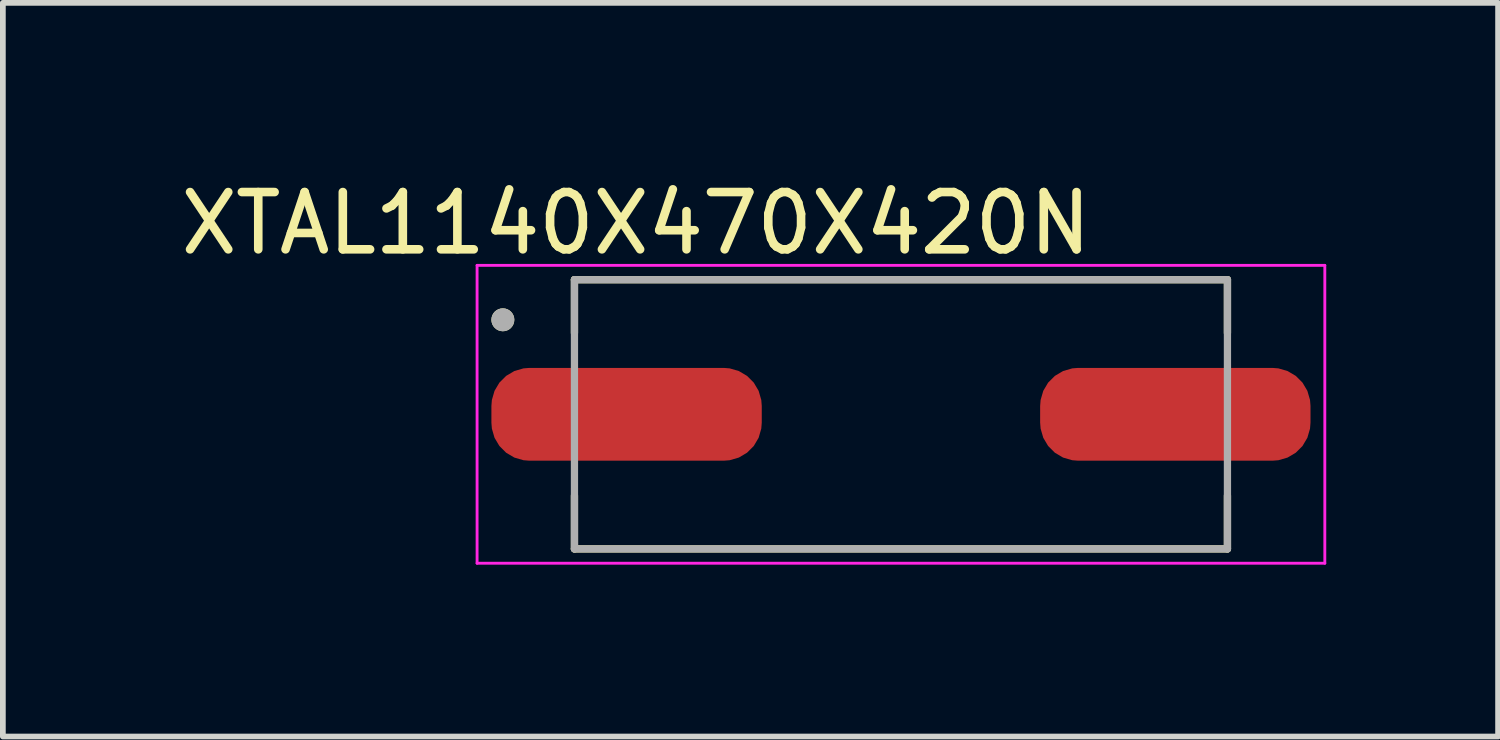
<source format=kicad_pcb>
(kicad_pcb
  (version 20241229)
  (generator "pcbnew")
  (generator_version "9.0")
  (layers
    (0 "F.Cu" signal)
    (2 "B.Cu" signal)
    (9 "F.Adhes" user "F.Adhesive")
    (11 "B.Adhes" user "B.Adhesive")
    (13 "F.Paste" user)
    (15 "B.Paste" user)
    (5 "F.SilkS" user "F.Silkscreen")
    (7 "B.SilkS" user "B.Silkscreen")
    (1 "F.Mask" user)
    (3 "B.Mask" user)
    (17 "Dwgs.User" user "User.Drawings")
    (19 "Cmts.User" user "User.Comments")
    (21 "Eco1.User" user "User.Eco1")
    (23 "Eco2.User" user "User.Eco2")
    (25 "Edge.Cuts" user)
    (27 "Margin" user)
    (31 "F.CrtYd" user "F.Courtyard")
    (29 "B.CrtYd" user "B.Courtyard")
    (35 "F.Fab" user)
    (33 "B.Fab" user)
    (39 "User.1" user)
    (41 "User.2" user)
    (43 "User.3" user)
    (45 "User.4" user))
  (footprint "XTAL1140X470X420N"
    (layer "F.Cu")
    (at 12.679 4.183)
    (property "Reference" "XTAL1140X470X420N" (at -4.625 -3.335 0) (layer "F.SilkS") (effects (font (size 1 1) (thickness 0.15))))
    (attr through_hole)
    (fp_line (start -5.7 -2.35) (end 5.7 -2.35) (stroke (width 0.127) (type solid)) (layer "F.SilkS"))
    (fp_line (start -5.7 -1.42) (end -5.7 -2.35) (stroke (width 0.127) (type solid)) (layer "F.SilkS"))
    (fp_line (start -5.7 1.42) (end -5.7 2.35) (stroke (width 0.127) (type solid)) (layer "F.SilkS"))
    (fp_line (start -5.7 2.35) (end 5.7 2.35) (stroke (width 0.127) (type solid)) (layer "F.SilkS"))
    (fp_line (start 5.7 -2.35) (end 5.7 -1.42) (stroke (width 0.127) (type solid)) (layer "F.SilkS"))
    (fp_line (start 5.7 2.35) (end 5.7 1.42) (stroke (width 0.127) (type solid)) (layer "F.SilkS"))
    (fp_circle (center -6.95 -1.65) (end -6.85 -1.65) (stroke (width 0.2) (type solid)) (fill no) (layer "F.SilkS"))
    (fp_line (start -7.4 -2.6) (end 7.4 -2.6) (stroke (width 0.05) (type solid)) (layer "F.CrtYd"))
    (fp_line (start -7.4 2.6) (end -7.4 -2.6) (stroke (width 0.05) (type solid)) (layer "F.CrtYd"))
    (fp_line (start 7.4 -2.6) (end 7.4 2.6) (stroke (width 0.05) (type solid)) (layer "F.CrtYd"))
    (fp_line (start 7.4 2.6) (end -7.4 2.6) (stroke (width 0.05) (type solid)) (layer "F.CrtYd"))
    (fp_line (start -5.7 -2.35) (end 5.7 -2.35) (stroke (width 0.127) (type solid)) (layer "F.Fab"))
    (fp_line (start -5.7 2.35) (end -5.7 -2.35) (stroke (width 0.127) (type solid)) (layer "F.Fab"))
    (fp_line (start 5.7 -2.35) (end 5.7 2.35) (stroke (width 0.127) (type solid)) (layer "F.Fab"))
    (fp_line (start 5.7 2.35) (end -5.7 2.35) (stroke (width 0.127) (type solid)) (layer "F.Fab"))
    (fp_circle (center -6.95 -1.65) (end -6.85 -1.65) (stroke (width 0.2) (type solid)) (fill no) (layer "F.Fab"))
    (pad "1" smd roundrect (at -4.79 0) (size 4.72 1.62) (layers "F.Cu" "F.Mask" "F.Paste") (roundrect_rratio 0.41))
    (pad "2" smd roundrect (at 4.79 0) (size 4.72 1.62) (layers "F.Cu" "F.Mask" "F.Paste") (roundrect_rratio 0.41)))
  (gr_rect
    (start -3 -3)
    (end 23.104 9.808)
    (stroke (width 0.1) (type default))
    (fill no)
    (layer "Edge.Cuts")))
</source>
